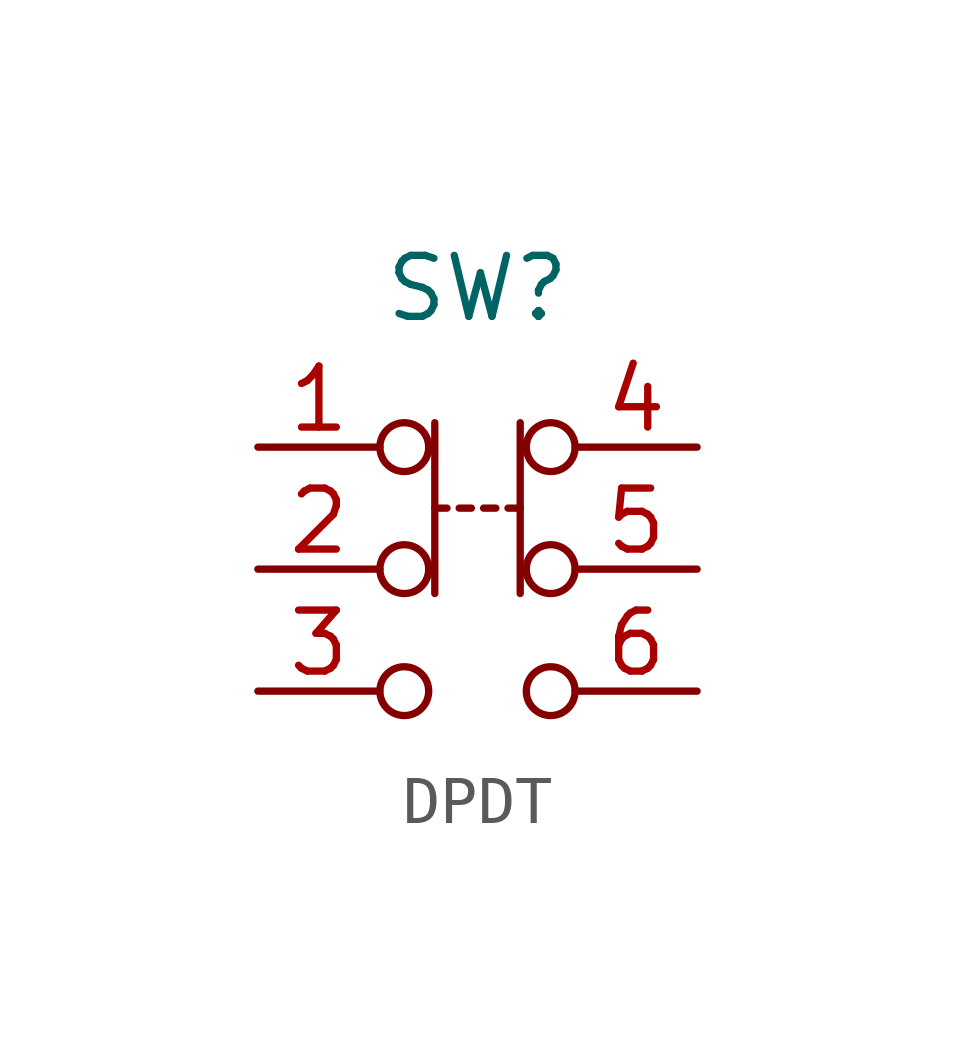
<source format=kicad_sym>
(kicad_symbol_lib
  (version 20220914)
  (generator kicad_symbol_editor)
  (symbol "DPDT"
    (pin_names hide)
    (property "Reference" "SW"
      (at 0 5.334 0)
      (effects (font (size 1.27 1.27))))
    (property "Value" ""
      (at 0 0 0)
      (effects (font (size 1.27 1.27))))
    (symbol "DPDT_0_0"
      (circle (center -1.524 -3.048) (radius 0.508) (stroke (width 0) (type default)) (fill (type none)))
      (circle (center -1.524 -0.508) (radius 0.508) (stroke (width 0) (type default)) (fill (type none)))
      (circle (center 1.524 -0.508) (radius 0.508) (stroke (width 0) (type default)) (fill (type none)))
      (circle (center 1.524 2.032) (radius 0.508) (stroke (width 0) (type default)) (fill (type none))))
    (symbol "DPDT_0_1"
      (circle (center -1.524 2.032) (radius 0.508) (stroke (width 0) (type default)) (fill (type none)))
      (polyline (pts (xy -0.889 -1.016) (xy -0.889 2.54)) (stroke (width 0) (type default)) (fill (type none)))
      (polyline (pts (xy -0.635 0.762) (xy -0.889 0.762)) (stroke (width 0) (type default)) (fill (type none)))
      (polyline (pts (xy -0.127 0.762) (xy -0.381 0.762)) (stroke (width 0) (type default)) (fill (type none)))
      (polyline (pts (xy 0.381 0.762) (xy 0.127 0.762)) (stroke (width 0) (type default)) (fill (type none)))
      (polyline (pts (xy 0.889 -1.016) (xy 0.889 2.54)) (stroke (width 0) (type default)) (fill (type none)))
      (polyline (pts (xy 0.889 0.762) (xy 0.635 0.762)) (stroke (width 0) (type default)) (fill (type none)))
      (circle (center 1.524 -3.048) (radius 0.508) (stroke (width 0) (type default)) (fill (type none))))
    (symbol "DPDT_1_1"
      (pin passive line (at -4.572 2.032 0) (length 2.54) (name "A" (effects (font (size 1.27 1.27)))) (number "1" (effects (font (size 1.27 1.27)))))
      (pin passive line (at -4.572 -0.508 0) (length 2.54) (name "B" (effects (font (size 1.27 1.27)))) (number "2" (effects (font (size 1.27 1.27)))))
      (pin passive line (at -4.572 -3.048 0) (length 2.54) (name "C" (effects (font (size 1.27 1.27)))) (number "3" (effects (font (size 1.27 1.27)))))
      (pin passive line (at 4.572 2.032 180) (length 2.54) (name "F" (effects (font (size 1.27 1.27)))) (number "4" (effects (font (size 1.27 1.27)))))
      (pin passive line (at 4.572 -0.508 180) (length 2.54) (name "E" (effects (font (size 1.27 1.27)))) (number "5" (effects (font (size 1.27 1.27)))))
      (pin passive line (at 4.572 -3.048 180) (length 2.54) (name "D" (effects (font (size 1.27 1.27)))) (number "6" (effects (font (size 1.27 1.27))))))))
</source>
